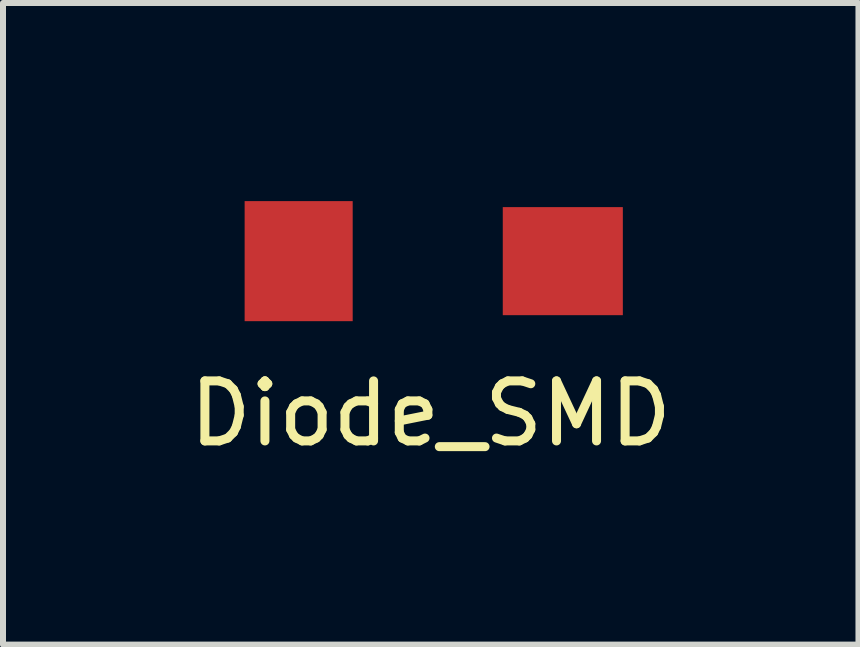
<source format=kicad_pcb>
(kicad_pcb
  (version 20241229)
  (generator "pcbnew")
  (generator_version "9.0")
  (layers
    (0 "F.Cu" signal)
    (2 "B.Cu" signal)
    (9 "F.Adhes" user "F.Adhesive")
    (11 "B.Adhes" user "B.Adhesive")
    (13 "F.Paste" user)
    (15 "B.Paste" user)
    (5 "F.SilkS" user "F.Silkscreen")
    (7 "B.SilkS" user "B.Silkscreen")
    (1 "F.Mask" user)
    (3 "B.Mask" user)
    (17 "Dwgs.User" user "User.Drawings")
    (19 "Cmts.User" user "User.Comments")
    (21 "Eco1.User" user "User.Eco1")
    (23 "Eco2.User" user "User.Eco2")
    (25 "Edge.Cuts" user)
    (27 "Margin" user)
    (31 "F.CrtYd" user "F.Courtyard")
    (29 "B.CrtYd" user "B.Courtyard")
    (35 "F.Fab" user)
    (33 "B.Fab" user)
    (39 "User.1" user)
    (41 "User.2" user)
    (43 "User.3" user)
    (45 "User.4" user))
  (footprint "Diode_SMD"
    (layer "F.Cu")
    (at 4.125 1.3)
    (property "Reference" "Diode_SMD" (at 0 2.54 0) (layer "F.SilkS") (effects (font (size 1 1) (thickness 0.15))))
    (attr through_hole)
    (fp_line (start -2.5 -1.25) (end 2.5 -1.25) (stroke (width 0.1) (type solid)) (layer "F.Mask"))
    (fp_line (start -2.5 1.25) (end 2.5 1.25) (stroke (width 0.1) (type solid)) (layer "F.Mask"))
    (fp_line (start -0.635 -0.508) (end -0.635 0.508) (stroke (width 0.15) (type solid)) (layer "F.Mask"))
    (fp_line (start -0.381 0) (end 0.254 -0.508) (stroke (width 0.15) (type solid)) (layer "F.Mask"))
    (fp_line (start 0.254 -0.508) (end 0.254 0.508) (stroke (width 0.15) (type solid)) (layer "F.Mask"))
    (fp_line (start 0.254 0.508) (end -0.381 0) (stroke (width 0.15) (type solid)) (layer "F.Mask"))
    (pad "1" smd rect (at -2.2 0) (size 1.8 2) (layers "F.Cu" "F.Mask" "F.Paste"))
    (pad "2" smd rect (at 2.2 0) (size 2 1.8) (layers "F.Cu" "F.Mask" "F.Paste")))
  (gr_rect
    (start -3 -3)
    (end 11.25 7.688)
    (stroke (width 0.1) (type default))
    (fill no)
    (layer "Edge.Cuts")))
</source>
